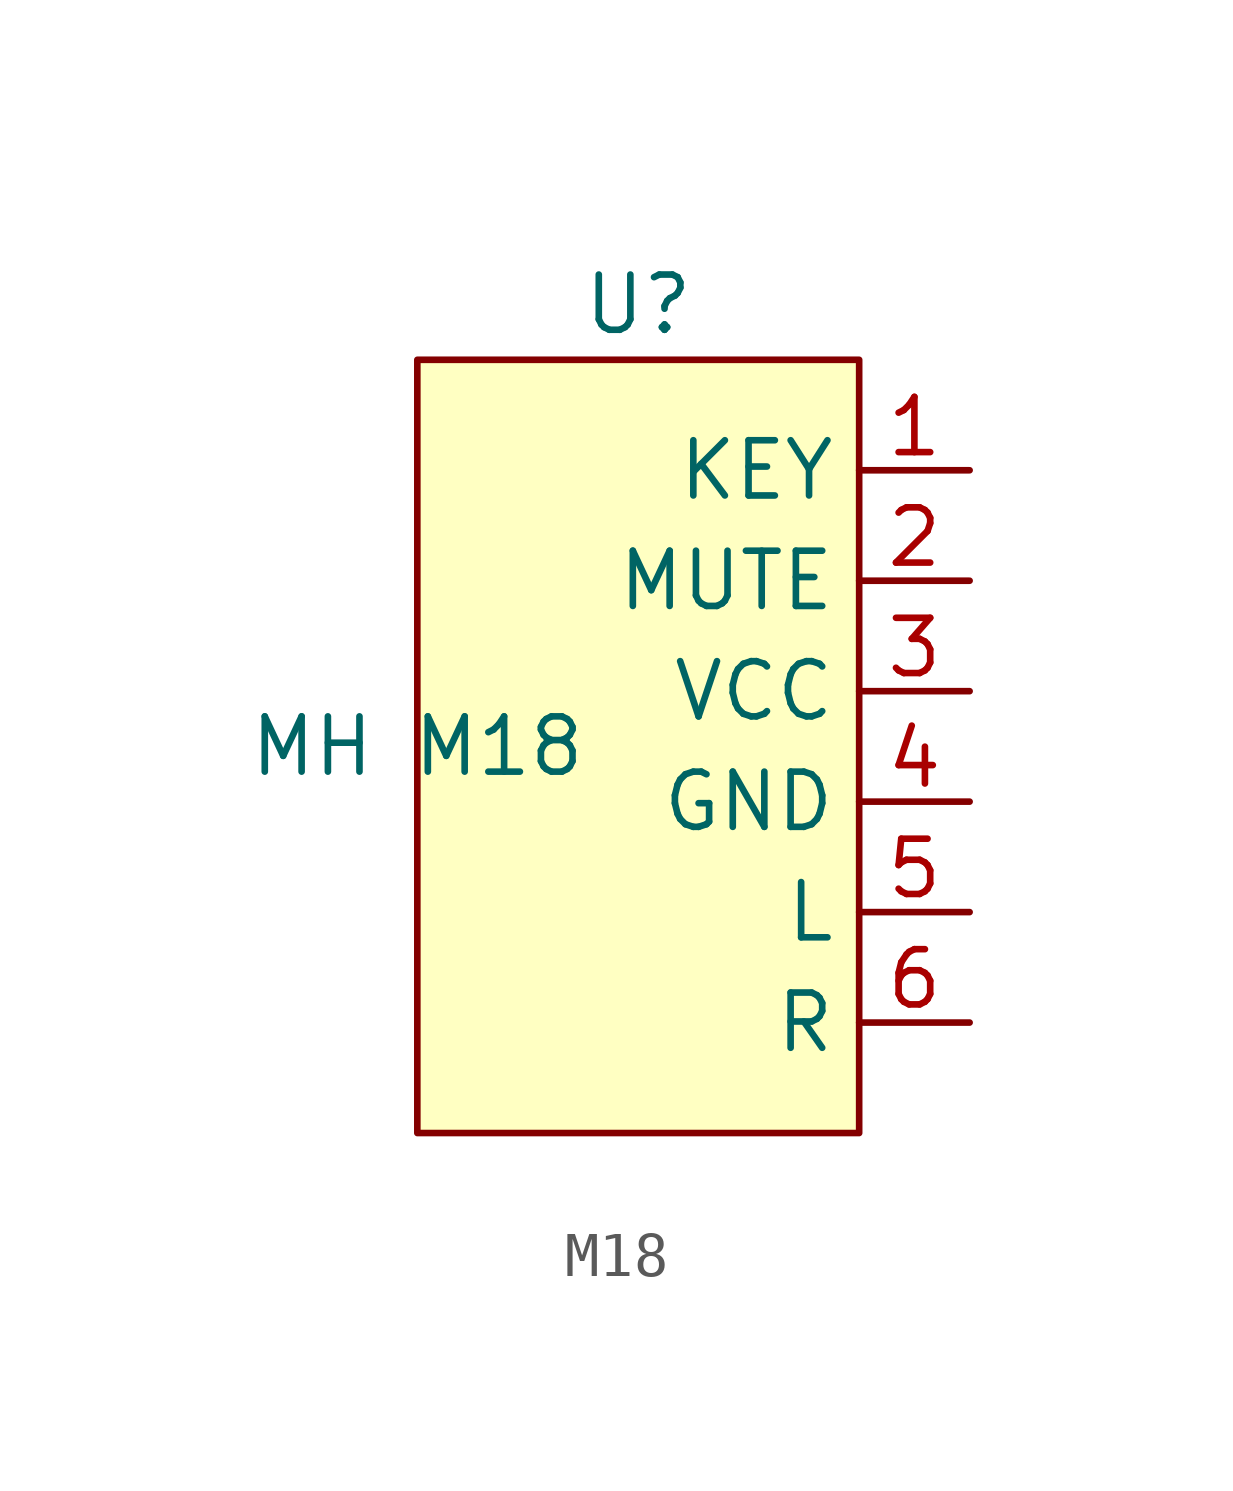
<source format=kicad_sym>
(kicad_symbol_lib
  (version 20220914)
  (generator kicad_symbol_editor)
  (symbol "M18"
    (property "Reference" "U"
      (at 0 0 0)
      (effects (font (size 1.27 1.27))))
    (property "Value" "MH M18"
      (at -5.08 -10.16 0)
      (effects (font (size 1.27 1.27))))
    (symbol "M18_0_0"
      (pin input line (at 7.62 -3.81 180) (length 2.54) (name "KEY" (effects (font (size 1.27 1.27)))) (number "1" (effects (font (size 1.27 1.27)))))
      (pin input line (at 7.62 -6.35 180) (length 2.54) (name "MUTE" (effects (font (size 1.27 1.27)))) (number "2" (effects (font (size 1.27 1.27)))))
      (pin input line (at 7.62 -8.89 180) (length 2.54) (name "VCC" (effects (font (size 1.27 1.27)))) (number "3" (effects (font (size 1.27 1.27)))))
      (pin input line (at 7.62 -11.43 180) (length 2.54) (name "GND" (effects (font (size 1.27 1.27)))) (number "4" (effects (font (size 1.27 1.27)))))
      (pin input line (at 7.62 -13.97 180) (length 2.54) (name "L" (effects (font (size 1.27 1.27)))) (number "5" (effects (font (size 1.27 1.27)))))
      (pin input line (at 7.62 -16.51 180) (length 2.54) (name "R" (effects (font (size 1.27 1.27)))) (number "6" (effects (font (size 1.27 1.27))))))
    (symbol "M18_1_1"
      (rectangle (start -5.08 -1.27) (end 5.08 -19.05) (stroke (width 0) (type default)) (fill (type background))))))
</source>
